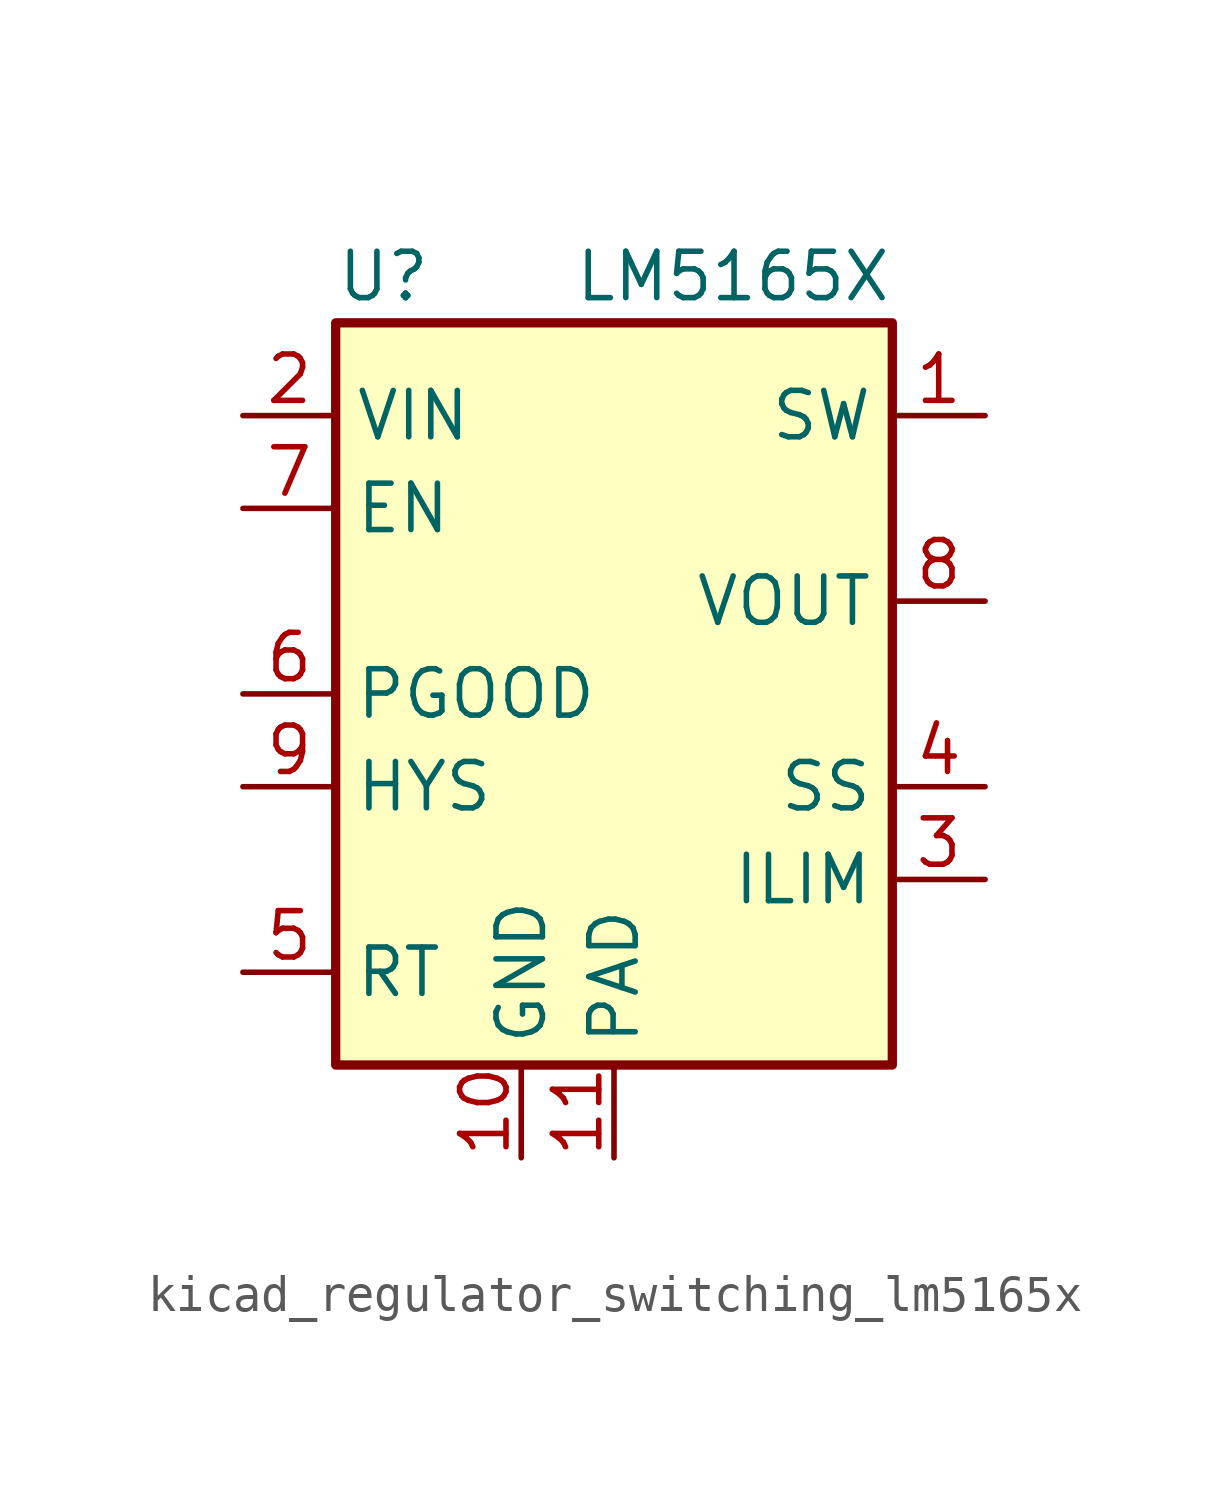
<source format=kicad_sym>
(kicad_symbol_lib
  (version 20220914)
  (generator kicad_symbol_editor)
  (symbol "kicad_regulator_switching_lm5165x"
    (property "Reference" "U"
      (at -7.62 11.43 0)
      (effects (font (size 1.27 1.27)) (justify left)))
    (property "Value" "LM5165X"
      (at 7.62 11.43 0)
      (effects (font (size 1.27 1.27)) (justify right)))
    (symbol "kicad_regulator_switching_lm5165x_0_1"
      (rectangle (start -7.62 10.16) (end 7.62 -10.16) (stroke (width 0.254) (type default)) (fill (type background))))
    (symbol "kicad_regulator_switching_lm5165x_1_1"
      (pin power_out line (at 10.16 7.62 180) (length 2.54) (name "SW" (effects (font (size 1.27 1.27)))) (number "1" (effects (font (size 1.27 1.27)))))
      (pin power_in line (at -2.54 -12.7 90) (length 2.54) (name "GND" (effects (font (size 1.27 1.27)))) (number "10" (effects (font (size 1.27 1.27)))))
      (pin power_in line (at 0 -12.7 90) (length 2.54) (name "PAD" (effects (font (size 1.27 1.27)))) (number "11" (effects (font (size 1.27 1.27)))))
      (pin power_in line (at -10.16 7.62 0) (length 2.54) (name "VIN" (effects (font (size 1.27 1.27)))) (number "2" (effects (font (size 1.27 1.27)))))
      (pin input line (at 10.16 -5.08 180) (length 2.54) (name "ILIM" (effects (font (size 1.27 1.27)))) (number "3" (effects (font (size 1.27 1.27)))))
      (pin input line (at 10.16 -2.54 180) (length 2.54) (name "SS" (effects (font (size 1.27 1.27)))) (number "4" (effects (font (size 1.27 1.27)))))
      (pin input line (at -10.16 -7.62 0) (length 2.54) (name "RT" (effects (font (size 1.27 1.27)))) (number "5" (effects (font (size 1.27 1.27)))))
      (pin output line (at -10.16 0 0) (length 2.54) (name "PGOOD" (effects (font (size 1.27 1.27)))) (number "6" (effects (font (size 1.27 1.27)))))
      (pin input line (at -10.16 5.08 0) (length 2.54) (name "EN" (effects (font (size 1.27 1.27)))) (number "7" (effects (font (size 1.27 1.27)))))
      (pin input line (at 10.16 2.54 180) (length 2.54) (name "VOUT" (effects (font (size 1.27 1.27)))) (number "8" (effects (font (size 1.27 1.27)))))
      (pin output line (at -10.16 -2.54 0) (length 2.54) (name "HYS" (effects (font (size 1.27 1.27)))) (number "9" (effects (font (size 1.27 1.27))))))))
</source>
